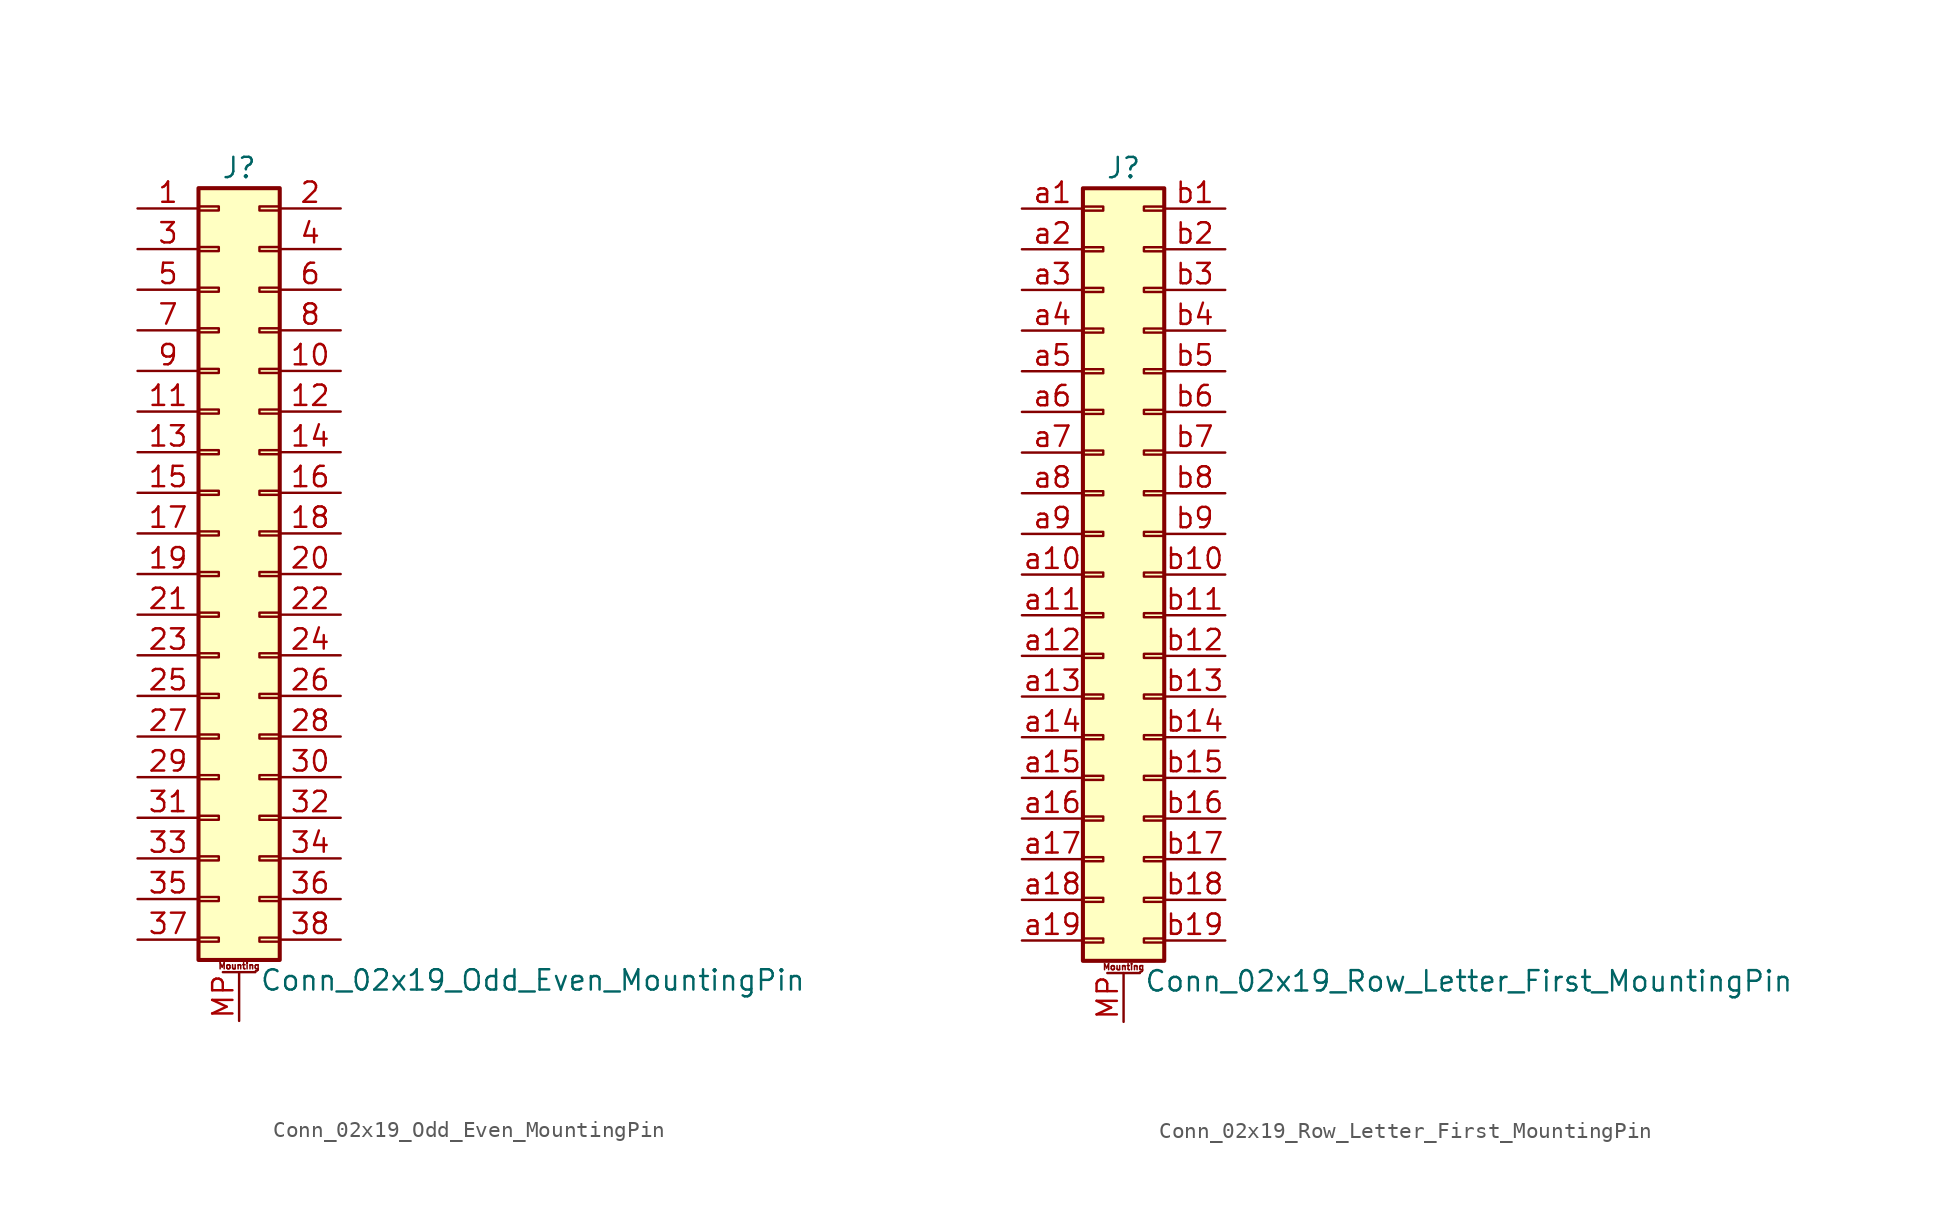
<source format=kicad_sym>
(kicad_symbol_lib
  (version 20201005)
  (generator kicad_symbol_editor)
  (symbol "Connector_Generic_MountingPin:Conn_02x19_Odd_Even_MountingPin"
    (pin_names
      (offset 1.016) hide)
    (property "Reference" "J"
      (at 1.27 25.4 0)
      (effects (font (size 1.27 1.27))))
    (property "Value" "Conn_02x19_Odd_Even_MountingPin"
      (at 2.54 -25.4 0)
      (effects (font (size 1.27 1.27)) (justify left)))
    (symbol "Conn_02x19_Odd_Even_MountingPin_1_1"
      (text "Mounting" (at 1.27 -24.511 0) (effects (font (size 0.381 0.381))))
      (rectangle (start -1.27 -4.953) (end 0 -5.207) (stroke (width 0.152)) (fill (type none)))
      (rectangle (start -1.27 -7.493) (end 0 -7.747) (stroke (width 0.152)) (fill (type none)))
      (rectangle (start -1.27 -10.033) (end 0 -10.287) (stroke (width 0.152)) (fill (type none)))
      (rectangle (start -1.27 -12.573) (end 0 -12.827) (stroke (width 0.152)) (fill (type none)))
      (rectangle (start -1.27 -15.113) (end 0 -15.367) (stroke (width 0.152)) (fill (type none)))
      (rectangle (start -1.27 -17.653) (end 0 -17.907) (stroke (width 0.152)) (fill (type none)))
      (rectangle (start -1.27 -20.193) (end 0 -20.447) (stroke (width 0.152)) (fill (type none)))
      (rectangle (start -1.27 -22.733) (end 0 -22.987) (stroke (width 0.152)) (fill (type none)))
      (rectangle (start -1.27 -2.413) (end 0 -2.667) (stroke (width 0.152)) (fill (type none)))
      (rectangle (start -1.27 2.667) (end 0 2.413) (stroke (width 0.152)) (fill (type none)))
      (rectangle (start -1.27 5.207) (end 0 4.953) (stroke (width 0.152)) (fill (type none)))
      (rectangle (start -1.27 7.747) (end 0 7.493) (stroke (width 0.152)) (fill (type none)))
      (rectangle (start -1.27 10.287) (end 0 10.033) (stroke (width 0.152)) (fill (type none)))
      (rectangle (start -1.27 0.127) (end 0 -0.127) (stroke (width 0.152)) (fill (type none)))
      (rectangle (start -1.27 12.827) (end 0 12.573) (stroke (width 0.152)) (fill (type none)))
      (rectangle (start -1.27 15.367) (end 0 15.113) (stroke (width 0.152)) (fill (type none)))
      (rectangle (start -1.27 17.907) (end 0 17.653) (stroke (width 0.152)) (fill (type none)))
      (rectangle (start -1.27 20.447) (end 0 20.193) (stroke (width 0.152)) (fill (type none)))
      (rectangle (start -1.27 22.987) (end 0 22.733) (stroke (width 0.152)) (fill (type none)))
      (rectangle (start -1.27 24.13) (end 3.81 -24.13) (stroke (width 0.254)) (fill (type background)))
      (rectangle (start 3.81 -4.953) (end 2.54 -5.207) (stroke (width 0.152)) (fill (type none)))
      (rectangle (start 3.81 -7.493) (end 2.54 -7.747) (stroke (width 0.152)) (fill (type none)))
      (rectangle (start 3.81 -10.033) (end 2.54 -10.287) (stroke (width 0.152)) (fill (type none)))
      (rectangle (start 3.81 -12.573) (end 2.54 -12.827) (stroke (width 0.152)) (fill (type none)))
      (rectangle (start 3.81 -15.113) (end 2.54 -15.367) (stroke (width 0.152)) (fill (type none)))
      (rectangle (start 3.81 -17.653) (end 2.54 -17.907) (stroke (width 0.152)) (fill (type none)))
      (rectangle (start 3.81 -20.193) (end 2.54 -20.447) (stroke (width 0.152)) (fill (type none)))
      (rectangle (start 3.81 -22.733) (end 2.54 -22.987) (stroke (width 0.152)) (fill (type none)))
      (rectangle (start 3.81 -2.413) (end 2.54 -2.667) (stroke (width 0.152)) (fill (type none)))
      (rectangle (start 3.81 2.667) (end 2.54 2.413) (stroke (width 0.152)) (fill (type none)))
      (rectangle (start 3.81 5.207) (end 2.54 4.953) (stroke (width 0.152)) (fill (type none)))
      (rectangle (start 3.81 7.747) (end 2.54 7.493) (stroke (width 0.152)) (fill (type none)))
      (rectangle (start 3.81 10.287) (end 2.54 10.033) (stroke (width 0.152)) (fill (type none)))
      (rectangle (start 3.81 0.127) (end 2.54 -0.127) (stroke (width 0.152)) (fill (type none)))
      (rectangle (start 3.81 12.827) (end 2.54 12.573) (stroke (width 0.152)) (fill (type none)))
      (rectangle (start 3.81 15.367) (end 2.54 15.113) (stroke (width 0.152)) (fill (type none)))
      (rectangle (start 3.81 17.907) (end 2.54 17.653) (stroke (width 0.152)) (fill (type none)))
      (rectangle (start 3.81 20.447) (end 2.54 20.193) (stroke (width 0.152)) (fill (type none)))
      (rectangle (start 3.81 22.987) (end 2.54 22.733) (stroke (width 0.152)) (fill (type none)))
      (polyline (pts (xy 0.254 -24.892) (xy 2.286 -24.892)) (stroke (width 0.152)) (fill (type none)))
      (pin passive line (at 1.27 -27.94 90) (length 3.048) (name "MountPin" (effects (font (size 1.27 1.27)))) (number "MP" (effects (font (size 1.27 1.27)))))
      (pin passive line (at -5.08 22.86 0) (length 3.81) (name "Pin_1" (effects (font (size 1.27 1.27)))) (number "1" (effects (font (size 1.27 1.27)))))
      (pin passive line (at 7.62 12.7 180) (length 3.81) (name "Pin_10" (effects (font (size 1.27 1.27)))) (number "10" (effects (font (size 1.27 1.27)))))
      (pin passive line (at -5.08 10.16 0) (length 3.81) (name "Pin_11" (effects (font (size 1.27 1.27)))) (number "11" (effects (font (size 1.27 1.27)))))
      (pin passive line (at 7.62 10.16 180) (length 3.81) (name "Pin_12" (effects (font (size 1.27 1.27)))) (number "12" (effects (font (size 1.27 1.27)))))
      (pin passive line (at -5.08 7.62 0) (length 3.81) (name "Pin_13" (effects (font (size 1.27 1.27)))) (number "13" (effects (font (size 1.27 1.27)))))
      (pin passive line (at 7.62 7.62 180) (length 3.81) (name "Pin_14" (effects (font (size 1.27 1.27)))) (number "14" (effects (font (size 1.27 1.27)))))
      (pin passive line (at -5.08 5.08 0) (length 3.81) (name "Pin_15" (effects (font (size 1.27 1.27)))) (number "15" (effects (font (size 1.27 1.27)))))
      (pin passive line (at 7.62 5.08 180) (length 3.81) (name "Pin_16" (effects (font (size 1.27 1.27)))) (number "16" (effects (font (size 1.27 1.27)))))
      (pin passive line (at -5.08 2.54 0) (length 3.81) (name "Pin_17" (effects (font (size 1.27 1.27)))) (number "17" (effects (font (size 1.27 1.27)))))
      (pin passive line (at 7.62 2.54 180) (length 3.81) (name "Pin_18" (effects (font (size 1.27 1.27)))) (number "18" (effects (font (size 1.27 1.27)))))
      (pin passive line (at -5.08 0 0) (length 3.81) (name "Pin_19" (effects (font (size 1.27 1.27)))) (number "19" (effects (font (size 1.27 1.27)))))
      (pin passive line (at 7.62 22.86 180) (length 3.81) (name "Pin_2" (effects (font (size 1.27 1.27)))) (number "2" (effects (font (size 1.27 1.27)))))
      (pin passive line (at 7.62 0 180) (length 3.81) (name "Pin_20" (effects (font (size 1.27 1.27)))) (number "20" (effects (font (size 1.27 1.27)))))
      (pin passive line (at -5.08 -2.54 0) (length 3.81) (name "Pin_21" (effects (font (size 1.27 1.27)))) (number "21" (effects (font (size 1.27 1.27)))))
      (pin passive line (at 7.62 -2.54 180) (length 3.81) (name "Pin_22" (effects (font (size 1.27 1.27)))) (number "22" (effects (font (size 1.27 1.27)))))
      (pin passive line (at -5.08 -5.08 0) (length 3.81) (name "Pin_23" (effects (font (size 1.27 1.27)))) (number "23" (effects (font (size 1.27 1.27)))))
      (pin passive line (at 7.62 -5.08 180) (length 3.81) (name "Pin_24" (effects (font (size 1.27 1.27)))) (number "24" (effects (font (size 1.27 1.27)))))
      (pin passive line (at -5.08 -7.62 0) (length 3.81) (name "Pin_25" (effects (font (size 1.27 1.27)))) (number "25" (effects (font (size 1.27 1.27)))))
      (pin passive line (at 7.62 -7.62 180) (length 3.81) (name "Pin_26" (effects (font (size 1.27 1.27)))) (number "26" (effects (font (size 1.27 1.27)))))
      (pin passive line (at -5.08 -10.16 0) (length 3.81) (name "Pin_27" (effects (font (size 1.27 1.27)))) (number "27" (effects (font (size 1.27 1.27)))))
      (pin passive line (at 7.62 -10.16 180) (length 3.81) (name "Pin_28" (effects (font (size 1.27 1.27)))) (number "28" (effects (font (size 1.27 1.27)))))
      (pin passive line (at -5.08 -12.7 0) (length 3.81) (name "Pin_29" (effects (font (size 1.27 1.27)))) (number "29" (effects (font (size 1.27 1.27)))))
      (pin passive line (at -5.08 20.32 0) (length 3.81) (name "Pin_3" (effects (font (size 1.27 1.27)))) (number "3" (effects (font (size 1.27 1.27)))))
      (pin passive line (at 7.62 -12.7 180) (length 3.81) (name "Pin_30" (effects (font (size 1.27 1.27)))) (number "30" (effects (font (size 1.27 1.27)))))
      (pin passive line (at -5.08 -15.24 0) (length 3.81) (name "Pin_31" (effects (font (size 1.27 1.27)))) (number "31" (effects (font (size 1.27 1.27)))))
      (pin passive line (at 7.62 -15.24 180) (length 3.81) (name "Pin_32" (effects (font (size 1.27 1.27)))) (number "32" (effects (font (size 1.27 1.27)))))
      (pin passive line (at -5.08 -17.78 0) (length 3.81) (name "Pin_33" (effects (font (size 1.27 1.27)))) (number "33" (effects (font (size 1.27 1.27)))))
      (pin passive line (at 7.62 -17.78 180) (length 3.81) (name "Pin_34" (effects (font (size 1.27 1.27)))) (number "34" (effects (font (size 1.27 1.27)))))
      (pin passive line (at -5.08 -20.32 0) (length 3.81) (name "Pin_35" (effects (font (size 1.27 1.27)))) (number "35" (effects (font (size 1.27 1.27)))))
      (pin passive line (at 7.62 -20.32 180) (length 3.81) (name "Pin_36" (effects (font (size 1.27 1.27)))) (number "36" (effects (font (size 1.27 1.27)))))
      (pin passive line (at -5.08 -22.86 0) (length 3.81) (name "Pin_37" (effects (font (size 1.27 1.27)))) (number "37" (effects (font (size 1.27 1.27)))))
      (pin passive line (at 7.62 -22.86 180) (length 3.81) (name "Pin_38" (effects (font (size 1.27 1.27)))) (number "38" (effects (font (size 1.27 1.27)))))
      (pin passive line (at 7.62 20.32 180) (length 3.81) (name "Pin_4" (effects (font (size 1.27 1.27)))) (number "4" (effects (font (size 1.27 1.27)))))
      (pin passive line (at -5.08 17.78 0) (length 3.81) (name "Pin_5" (effects (font (size 1.27 1.27)))) (number "5" (effects (font (size 1.27 1.27)))))
      (pin passive line (at 7.62 17.78 180) (length 3.81) (name "Pin_6" (effects (font (size 1.27 1.27)))) (number "6" (effects (font (size 1.27 1.27)))))
      (pin passive line (at -5.08 15.24 0) (length 3.81) (name "Pin_7" (effects (font (size 1.27 1.27)))) (number "7" (effects (font (size 1.27 1.27)))))
      (pin passive line (at 7.62 15.24 180) (length 3.81) (name "Pin_8" (effects (font (size 1.27 1.27)))) (number "8" (effects (font (size 1.27 1.27)))))
      (pin passive line (at -5.08 12.7 0) (length 3.81) (name "Pin_9" (effects (font (size 1.27 1.27)))) (number "9" (effects (font (size 1.27 1.27)))))))
  (symbol "Connector_Generic_MountingPin:Conn_02x19_Row_Letter_First_MountingPin"
    (pin_names
      (offset 1.016) hide)
    (property "Reference" "J"
      (at 1.27 25.4 0)
      (effects (font (size 1.27 1.27))))
    (property "Value" "Conn_02x19_Row_Letter_First_MountingPin"
      (at 2.54 -25.4 0)
      (effects (font (size 1.27 1.27)) (justify left)))
    (symbol "Conn_02x19_Row_Letter_First_MountingPin_1_1"
      (text "Mounting" (at 1.27 -24.511 0) (effects (font (size 0.381 0.381))))
      (rectangle (start -1.27 -4.953) (end 0 -5.207) (stroke (width 0.152)) (fill (type none)))
      (rectangle (start -1.27 -7.493) (end 0 -7.747) (stroke (width 0.152)) (fill (type none)))
      (rectangle (start -1.27 -10.033) (end 0 -10.287) (stroke (width 0.152)) (fill (type none)))
      (rectangle (start -1.27 -12.573) (end 0 -12.827) (stroke (width 0.152)) (fill (type none)))
      (rectangle (start -1.27 -15.113) (end 0 -15.367) (stroke (width 0.152)) (fill (type none)))
      (rectangle (start -1.27 -17.653) (end 0 -17.907) (stroke (width 0.152)) (fill (type none)))
      (rectangle (start -1.27 -20.193) (end 0 -20.447) (stroke (width 0.152)) (fill (type none)))
      (rectangle (start -1.27 -22.733) (end 0 -22.987) (stroke (width 0.152)) (fill (type none)))
      (rectangle (start -1.27 -2.413) (end 0 -2.667) (stroke (width 0.152)) (fill (type none)))
      (rectangle (start -1.27 2.667) (end 0 2.413) (stroke (width 0.152)) (fill (type none)))
      (rectangle (start -1.27 5.207) (end 0 4.953) (stroke (width 0.152)) (fill (type none)))
      (rectangle (start -1.27 7.747) (end 0 7.493) (stroke (width 0.152)) (fill (type none)))
      (rectangle (start -1.27 10.287) (end 0 10.033) (stroke (width 0.152)) (fill (type none)))
      (rectangle (start -1.27 0.127) (end 0 -0.127) (stroke (width 0.152)) (fill (type none)))
      (rectangle (start -1.27 12.827) (end 0 12.573) (stroke (width 0.152)) (fill (type none)))
      (rectangle (start -1.27 15.367) (end 0 15.113) (stroke (width 0.152)) (fill (type none)))
      (rectangle (start -1.27 17.907) (end 0 17.653) (stroke (width 0.152)) (fill (type none)))
      (rectangle (start -1.27 20.447) (end 0 20.193) (stroke (width 0.152)) (fill (type none)))
      (rectangle (start -1.27 22.987) (end 0 22.733) (stroke (width 0.152)) (fill (type none)))
      (rectangle (start -1.27 24.13) (end 3.81 -24.13) (stroke (width 0.254)) (fill (type background)))
      (rectangle (start 3.81 -4.953) (end 2.54 -5.207) (stroke (width 0.152)) (fill (type none)))
      (rectangle (start 3.81 -7.493) (end 2.54 -7.747) (stroke (width 0.152)) (fill (type none)))
      (rectangle (start 3.81 -10.033) (end 2.54 -10.287) (stroke (width 0.152)) (fill (type none)))
      (rectangle (start 3.81 -12.573) (end 2.54 -12.827) (stroke (width 0.152)) (fill (type none)))
      (rectangle (start 3.81 -15.113) (end 2.54 -15.367) (stroke (width 0.152)) (fill (type none)))
      (rectangle (start 3.81 -17.653) (end 2.54 -17.907) (stroke (width 0.152)) (fill (type none)))
      (rectangle (start 3.81 -20.193) (end 2.54 -20.447) (stroke (width 0.152)) (fill (type none)))
      (rectangle (start 3.81 -22.733) (end 2.54 -22.987) (stroke (width 0.152)) (fill (type none)))
      (rectangle (start 3.81 -2.413) (end 2.54 -2.667) (stroke (width 0.152)) (fill (type none)))
      (rectangle (start 3.81 2.667) (end 2.54 2.413) (stroke (width 0.152)) (fill (type none)))
      (rectangle (start 3.81 5.207) (end 2.54 4.953) (stroke (width 0.152)) (fill (type none)))
      (rectangle (start 3.81 7.747) (end 2.54 7.493) (stroke (width 0.152)) (fill (type none)))
      (rectangle (start 3.81 10.287) (end 2.54 10.033) (stroke (width 0.152)) (fill (type none)))
      (rectangle (start 3.81 0.127) (end 2.54 -0.127) (stroke (width 0.152)) (fill (type none)))
      (rectangle (start 3.81 12.827) (end 2.54 12.573) (stroke (width 0.152)) (fill (type none)))
      (rectangle (start 3.81 15.367) (end 2.54 15.113) (stroke (width 0.152)) (fill (type none)))
      (rectangle (start 3.81 17.907) (end 2.54 17.653) (stroke (width 0.152)) (fill (type none)))
      (rectangle (start 3.81 20.447) (end 2.54 20.193) (stroke (width 0.152)) (fill (type none)))
      (rectangle (start 3.81 22.987) (end 2.54 22.733) (stroke (width 0.152)) (fill (type none)))
      (polyline (pts (xy 0.254 -24.892) (xy 2.286 -24.892)) (stroke (width 0.152)) (fill (type none)))
      (pin passive line (at 1.27 -27.94 90) (length 3.048) (name "MountPin" (effects (font (size 1.27 1.27)))) (number "MP" (effects (font (size 1.27 1.27)))))
      (pin passive line (at -5.08 22.86 0) (length 3.81) (name "Pin_a1" (effects (font (size 1.27 1.27)))) (number "a1" (effects (font (size 1.27 1.27)))))
      (pin passive line (at -5.08 0 0) (length 3.81) (name "Pin_a10" (effects (font (size 1.27 1.27)))) (number "a10" (effects (font (size 1.27 1.27)))))
      (pin passive line (at -5.08 -2.54 0) (length 3.81) (name "Pin_a11" (effects (font (size 1.27 1.27)))) (number "a11" (effects (font (size 1.27 1.27)))))
      (pin passive line (at -5.08 -5.08 0) (length 3.81) (name "Pin_a12" (effects (font (size 1.27 1.27)))) (number "a12" (effects (font (size 1.27 1.27)))))
      (pin passive line (at -5.08 -7.62 0) (length 3.81) (name "Pin_a13" (effects (font (size 1.27 1.27)))) (number "a13" (effects (font (size 1.27 1.27)))))
      (pin passive line (at -5.08 -10.16 0) (length 3.81) (name "Pin_a14" (effects (font (size 1.27 1.27)))) (number "a14" (effects (font (size 1.27 1.27)))))
      (pin passive line (at -5.08 -12.7 0) (length 3.81) (name "Pin_a15" (effects (font (size 1.27 1.27)))) (number "a15" (effects (font (size 1.27 1.27)))))
      (pin passive line (at -5.08 -15.24 0) (length 3.81) (name "Pin_a16" (effects (font (size 1.27 1.27)))) (number "a16" (effects (font (size 1.27 1.27)))))
      (pin passive line (at -5.08 -17.78 0) (length 3.81) (name "Pin_a17" (effects (font (size 1.27 1.27)))) (number "a17" (effects (font (size 1.27 1.27)))))
      (pin passive line (at -5.08 -20.32 0) (length 3.81) (name "Pin_a18" (effects (font (size 1.27 1.27)))) (number "a18" (effects (font (size 1.27 1.27)))))
      (pin passive line (at -5.08 -22.86 0) (length 3.81) (name "Pin_a19" (effects (font (size 1.27 1.27)))) (number "a19" (effects (font (size 1.27 1.27)))))
      (pin passive line (at -5.08 20.32 0) (length 3.81) (name "Pin_a2" (effects (font (size 1.27 1.27)))) (number "a2" (effects (font (size 1.27 1.27)))))
      (pin passive line (at -5.08 17.78 0) (length 3.81) (name "Pin_a3" (effects (font (size 1.27 1.27)))) (number "a3" (effects (font (size 1.27 1.27)))))
      (pin passive line (at -5.08 15.24 0) (length 3.81) (name "Pin_a4" (effects (font (size 1.27 1.27)))) (number "a4" (effects (font (size 1.27 1.27)))))
      (pin passive line (at -5.08 12.7 0) (length 3.81) (name "Pin_a5" (effects (font (size 1.27 1.27)))) (number "a5" (effects (font (size 1.27 1.27)))))
      (pin passive line (at -5.08 10.16 0) (length 3.81) (name "Pin_a6" (effects (font (size 1.27 1.27)))) (number "a6" (effects (font (size 1.27 1.27)))))
      (pin passive line (at -5.08 7.62 0) (length 3.81) (name "Pin_a7" (effects (font (size 1.27 1.27)))) (number "a7" (effects (font (size 1.27 1.27)))))
      (pin passive line (at -5.08 5.08 0) (length 3.81) (name "Pin_a8" (effects (font (size 1.27 1.27)))) (number "a8" (effects (font (size 1.27 1.27)))))
      (pin passive line (at -5.08 2.54 0) (length 3.81) (name "Pin_a9" (effects (font (size 1.27 1.27)))) (number "a9" (effects (font (size 1.27 1.27)))))
      (pin passive line (at 7.62 22.86 180) (length 3.81) (name "Pin_b1" (effects (font (size 1.27 1.27)))) (number "b1" (effects (font (size 1.27 1.27)))))
      (pin passive line (at 7.62 0 180) (length 3.81) (name "Pin_b10" (effects (font (size 1.27 1.27)))) (number "b10" (effects (font (size 1.27 1.27)))))
      (pin passive line (at 7.62 -2.54 180) (length 3.81) (name "Pin_b11" (effects (font (size 1.27 1.27)))) (number "b11" (effects (font (size 1.27 1.27)))))
      (pin passive line (at 7.62 -5.08 180) (length 3.81) (name "Pin_b12" (effects (font (size 1.27 1.27)))) (number "b12" (effects (font (size 1.27 1.27)))))
      (pin passive line (at 7.62 -7.62 180) (length 3.81) (name "Pin_b13" (effects (font (size 1.27 1.27)))) (number "b13" (effects (font (size 1.27 1.27)))))
      (pin passive line (at 7.62 -10.16 180) (length 3.81) (name "Pin_b14" (effects (font (size 1.27 1.27)))) (number "b14" (effects (font (size 1.27 1.27)))))
      (pin passive line (at 7.62 -12.7 180) (length 3.81) (name "Pin_b15" (effects (font (size 1.27 1.27)))) (number "b15" (effects (font (size 1.27 1.27)))))
      (pin passive line (at 7.62 -15.24 180) (length 3.81) (name "Pin_b16" (effects (font (size 1.27 1.27)))) (number "b16" (effects (font (size 1.27 1.27)))))
      (pin passive line (at 7.62 -17.78 180) (length 3.81) (name "Pin_b17" (effects (font (size 1.27 1.27)))) (number "b17" (effects (font (size 1.27 1.27)))))
      (pin passive line (at 7.62 -20.32 180) (length 3.81) (name "Pin_b18" (effects (font (size 1.27 1.27)))) (number "b18" (effects (font (size 1.27 1.27)))))
      (pin passive line (at 7.62 -22.86 180) (length 3.81) (name "Pin_b19" (effects (font (size 1.27 1.27)))) (number "b19" (effects (font (size 1.27 1.27)))))
      (pin passive line (at 7.62 20.32 180) (length 3.81) (name "Pin_b2" (effects (font (size 1.27 1.27)))) (number "b2" (effects (font (size 1.27 1.27)))))
      (pin passive line (at 7.62 17.78 180) (length 3.81) (name "Pin_b3" (effects (font (size 1.27 1.27)))) (number "b3" (effects (font (size 1.27 1.27)))))
      (pin passive line (at 7.62 15.24 180) (length 3.81) (name "Pin_b4" (effects (font (size 1.27 1.27)))) (number "b4" (effects (font (size 1.27 1.27)))))
      (pin passive line (at 7.62 12.7 180) (length 3.81) (name "Pin_b5" (effects (font (size 1.27 1.27)))) (number "b5" (effects (font (size 1.27 1.27)))))
      (pin passive line (at 7.62 10.16 180) (length 3.81) (name "Pin_b6" (effects (font (size 1.27 1.27)))) (number "b6" (effects (font (size 1.27 1.27)))))
      (pin passive line (at 7.62 7.62 180) (length 3.81) (name "Pin_b7" (effects (font (size 1.27 1.27)))) (number "b7" (effects (font (size 1.27 1.27)))))
      (pin passive line (at 7.62 5.08 180) (length 3.81) (name "Pin_b8" (effects (font (size 1.27 1.27)))) (number "b8" (effects (font (size 1.27 1.27)))))
      (pin passive line (at 7.62 2.54 180) (length 3.81) (name "Pin_b9" (effects (font (size 1.27 1.27)))) (number "b9" (effects (font (size 1.27 1.27))))))))
</source>
